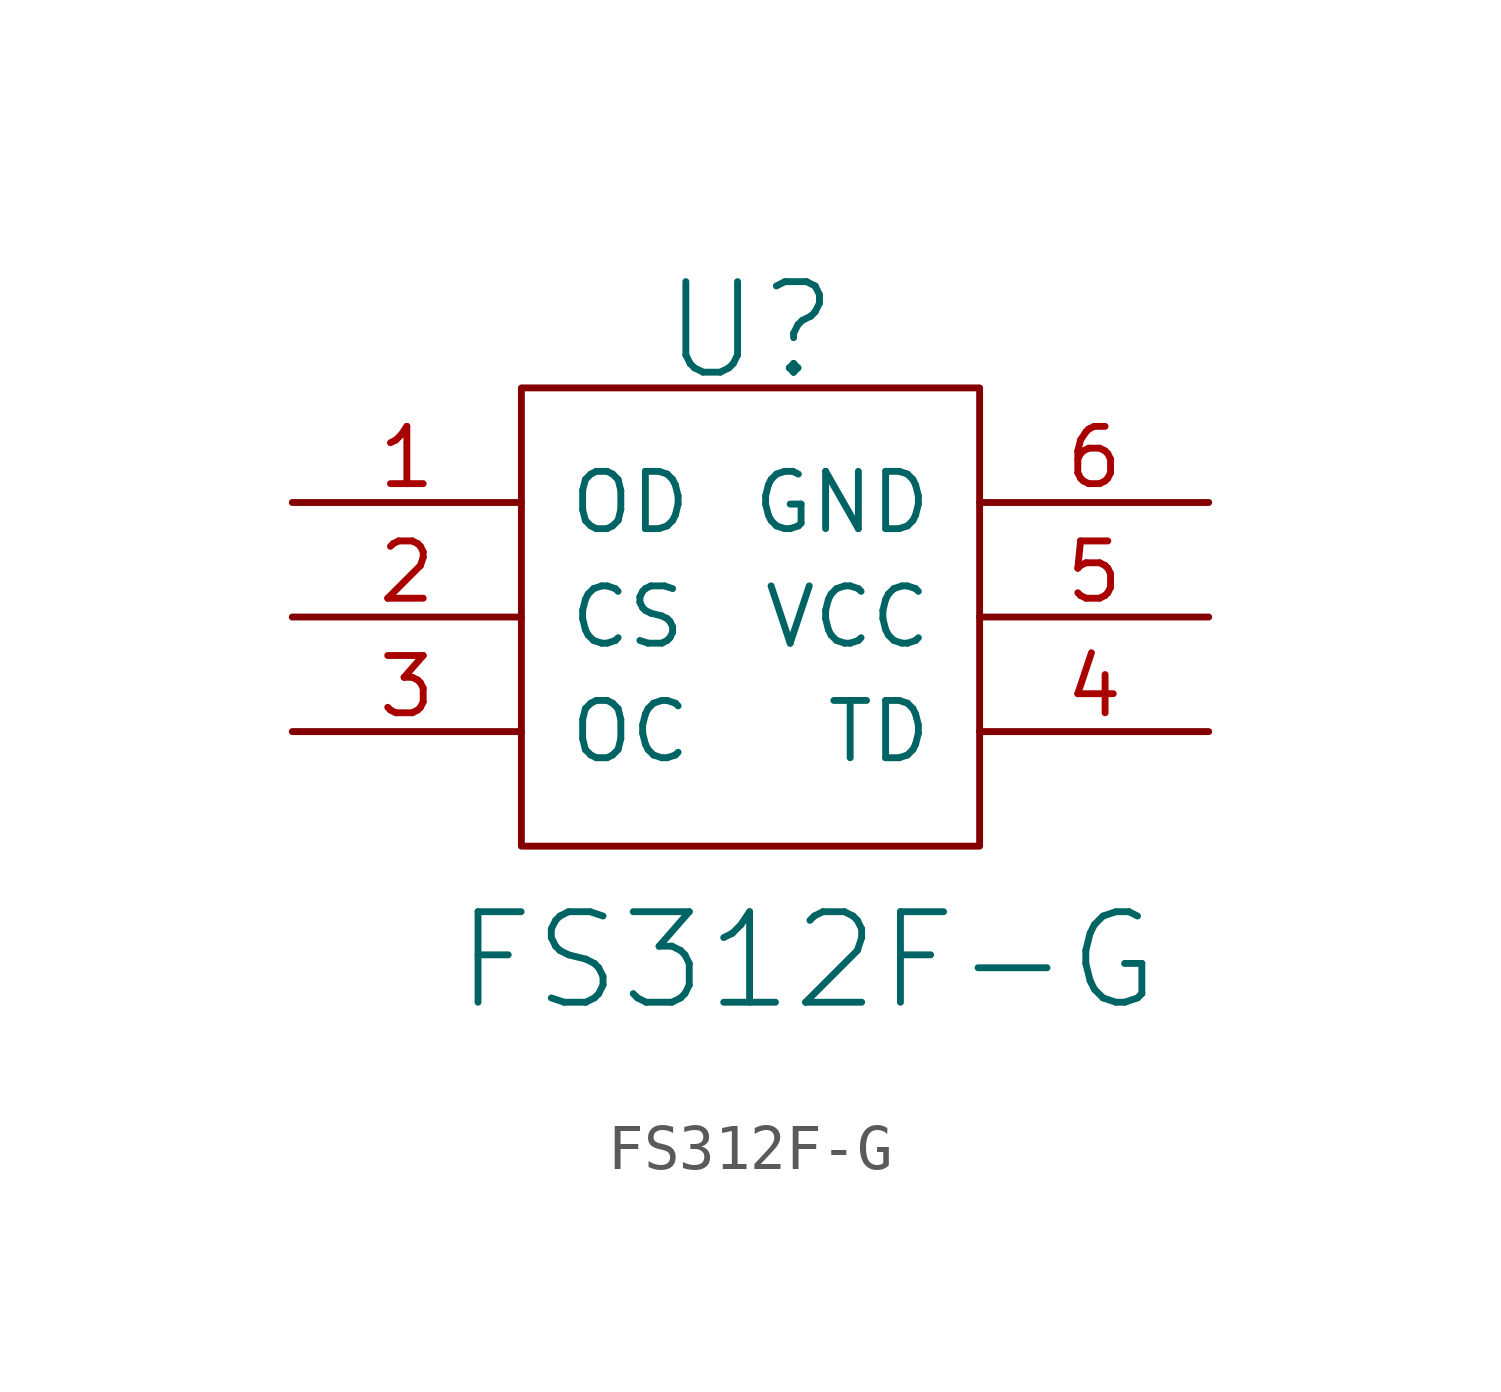
<source format=kicad_sym>
(kicad_symbol_lib
  (version 20220914)
  (generator kicad_symbol_editor)
  (symbol "FS312F-G"
    (pin_names
      (offset 1.016))
    (property "Reference" "U"
      (at 0 6.35 0)
      (effects (font (size 2.007 2.007))))
    (property "Value" "FS312F-G"
      (at 1.27 -7.62 0)
      (effects (font (size 2.007 2.007))))
    (symbol "FS312F-G_0_1"
      (rectangle (start -5.08 5.08) (end 5.08 -5.08) (stroke (width 0) (type solid)) (fill (type none))))
    (symbol "FS312F-G_1_1"
      (pin output line (at -10.16 2.54 0) (length 5.08) (name "OD" (effects (font (size 1.27 1.27)))) (number "1" (effects (font (size 1.27 1.27)))))
      (pin input line (at -10.16 0 0) (length 5.08) (name "CS" (effects (font (size 1.27 1.27)))) (number "2" (effects (font (size 1.27 1.27)))))
      (pin output line (at -10.16 -2.54 0) (length 5.08) (name "OC" (effects (font (size 1.27 1.27)))) (number "3" (effects (font (size 1.27 1.27)))))
      (pin input line (at 10.16 -2.54 180) (length 5.08) (name "TD" (effects (font (size 1.27 1.27)))) (number "4" (effects (font (size 1.27 1.27)))))
      (pin power_in line (at 10.16 0 180) (length 5.08) (name "VCC" (effects (font (size 1.27 1.27)))) (number "5" (effects (font (size 1.27 1.27)))))
      (pin power_in line (at 10.16 2.54 180) (length 5.08) (name "GND" (effects (font (size 1.27 1.27)))) (number "6" (effects (font (size 1.27 1.27))))))))
</source>
